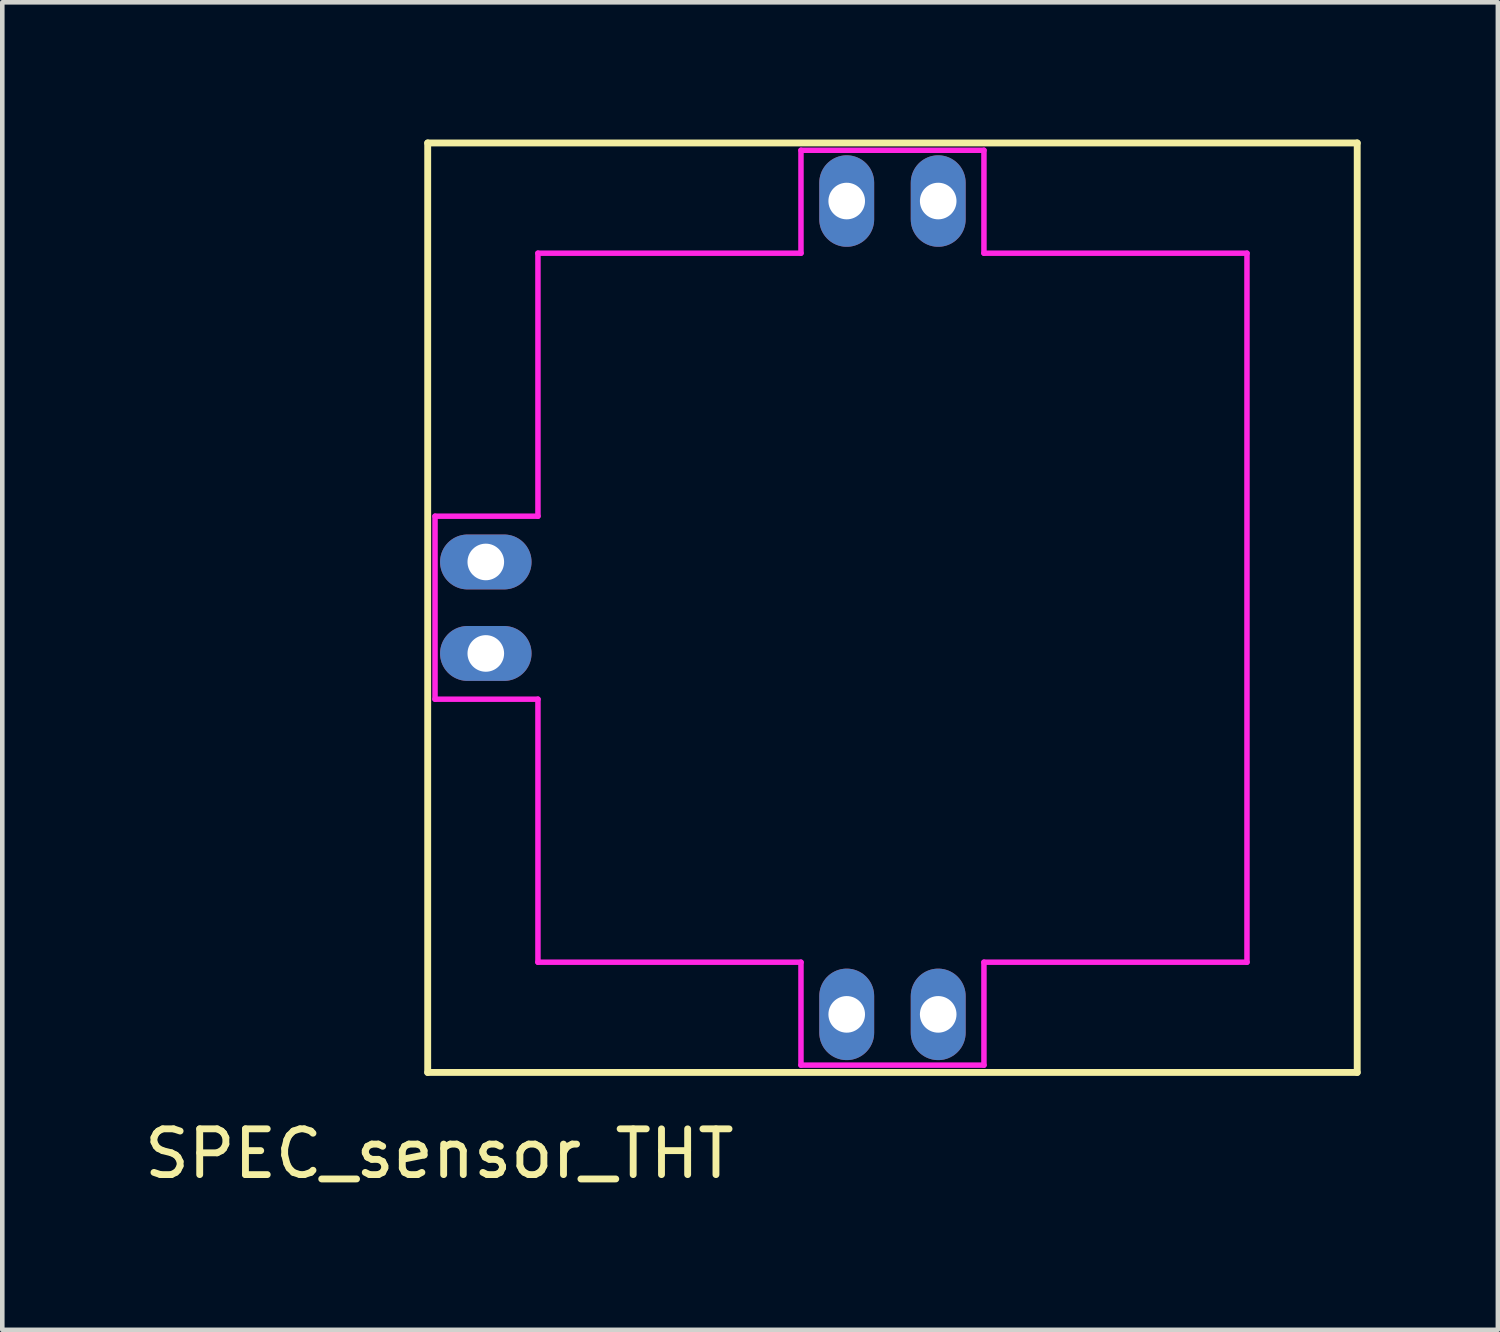
<source format=kicad_pcb>
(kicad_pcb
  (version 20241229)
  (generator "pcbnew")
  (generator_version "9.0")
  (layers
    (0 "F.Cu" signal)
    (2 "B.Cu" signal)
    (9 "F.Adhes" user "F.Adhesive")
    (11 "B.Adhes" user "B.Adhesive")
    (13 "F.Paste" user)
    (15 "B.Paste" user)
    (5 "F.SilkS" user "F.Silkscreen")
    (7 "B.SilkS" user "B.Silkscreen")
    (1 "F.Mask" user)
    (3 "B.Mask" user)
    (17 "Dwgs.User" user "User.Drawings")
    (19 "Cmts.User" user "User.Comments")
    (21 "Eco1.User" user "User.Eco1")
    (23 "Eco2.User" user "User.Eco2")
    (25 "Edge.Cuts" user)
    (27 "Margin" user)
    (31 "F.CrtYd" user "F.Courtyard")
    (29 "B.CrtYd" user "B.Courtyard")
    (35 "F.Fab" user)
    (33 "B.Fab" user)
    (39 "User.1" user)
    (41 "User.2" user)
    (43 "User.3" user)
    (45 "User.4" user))
  (footprint "SPEC_sensor_THT"
    (layer "F.Cu")
    (at 16.46 10.235)
    (property "Reference" "SPEC_sensor_THT" (at -9.906 11.938 180) (layer "F.SilkS") (effects (font (size 1 1) (thickness 0.15))))
    (attr through_hole)
    (fp_line (start -10.16 -10.16) (end 10.16 -10.16) (stroke (width 0.15) (type solid)) (layer "F.SilkS"))
    (fp_line (start -10.16 10.16) (end -10.16 -10.16) (stroke (width 0.15) (type solid)) (layer "F.SilkS"))
    (fp_line (start 10.16 -10.16) (end 10.16 10.16) (stroke (width 0.15) (type solid)) (layer "F.SilkS"))
    (fp_line (start 10.16 10.16) (end -10.16 10.16) (stroke (width 0.15) (type solid)) (layer "F.SilkS"))
    (fp_line (start -10 -2) (end -7.75 -2) (stroke (width 0.12) (type solid)) (layer "F.CrtYd"))
    (fp_line (start -10 2) (end -10 -2) (stroke (width 0.12) (type solid)) (layer "F.CrtYd"))
    (fp_line (start -7.75 -7.75) (end -2 -7.75) (stroke (width 0.12) (type solid)) (layer "F.CrtYd"))
    (fp_line (start -7.75 -2) (end -7.75 -7.75) (stroke (width 0.12) (type solid)) (layer "F.CrtYd"))
    (fp_line (start -7.75 2) (end -10 2) (stroke (width 0.12) (type solid)) (layer "F.CrtYd"))
    (fp_line (start -7.75 7.75) (end -7.75 2) (stroke (width 0.12) (type solid)) (layer "F.CrtYd"))
    (fp_line (start -2 -10) (end 2 -10) (stroke (width 0.12) (type solid)) (layer "F.CrtYd"))
    (fp_line (start -2 -7.75) (end -2 -10) (stroke (width 0.12) (type solid)) (layer "F.CrtYd"))
    (fp_line (start -2 7.75) (end -7.75 7.75) (stroke (width 0.12) (type solid)) (layer "F.CrtYd"))
    (fp_line (start -2 10) (end -2 7.75) (stroke (width 0.12) (type solid)) (layer "F.CrtYd"))
    (fp_line (start 2 -10) (end 2 -7.75) (stroke (width 0.12) (type solid)) (layer "F.CrtYd"))
    (fp_line (start 2 -7.75) (end 7.75 -7.75) (stroke (width 0.12) (type solid)) (layer "F.CrtYd"))
    (fp_line (start 2 7.75) (end 2 10) (stroke (width 0.12) (type solid)) (layer "F.CrtYd"))
    (fp_line (start 2 10) (end -2 10) (stroke (width 0.12) (type solid)) (layer "F.CrtYd"))
    (fp_line (start 7.75 -7.75) (end 7.75 7.75) (stroke (width 0.12) (type solid)) (layer "F.CrtYd"))
    (fp_line (start 7.75 7.75) (end 2 7.75) (stroke (width 0.12) (type solid)) (layer "F.CrtYd"))
    (pad "1" thru_hole oval (at -1 8.89) (size 1.2 2) (drill 0.8) (layers "*.Cu" "*.Mask"))
    (pad "2" thru_hole oval (at -8.89 1 270) (size 1.2 2) (drill 0.8) (layers "*.Cu" "*.Mask"))
    (pad "3" thru_hole oval (at -8.89 -1 270) (size 1.2 2) (drill 0.8) (layers "*.Cu" "*.Mask"))
    (pad "4" thru_hole oval (at -1 -8.89) (size 1.2 2) (drill 0.8) (layers "*.Cu" "*.Mask"))
    (pad "5" thru_hole oval (at 1 -8.89) (size 1.2 2) (drill 0.8) (layers "*.Cu" "*.Mask"))
    (pad "6" thru_hole oval (at 1 8.89) (size 1.2 2) (drill 0.8) (layers "*.Cu" "*.Mask")))
  (gr_rect
    (start -3 -3)
    (end 29.695 26.021)
    (stroke (width 0.1) (type default))
    (fill no)
    (layer "Edge.Cuts")))
</source>
